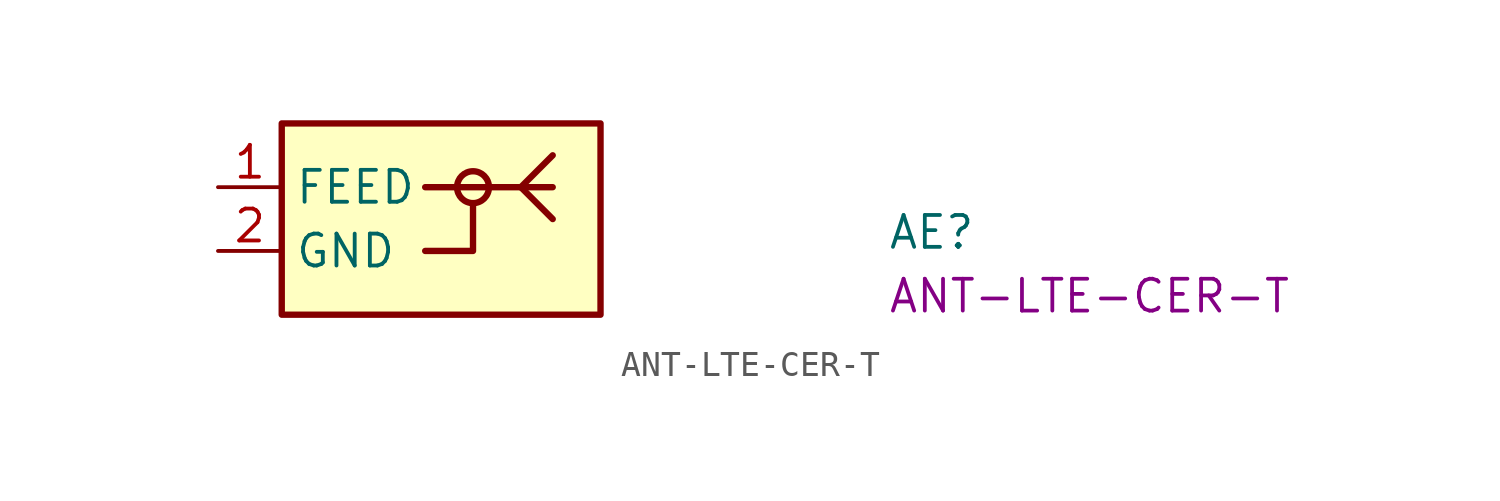
<source format=kicad_sym>
(kicad_symbol_lib
  (version 20220914)
  (generator kicad_symbol_editor)
  (symbol "ANT-LTE-CER-T"
    (property "Reference" "AE"
      (at 26.67 -2.54 0)
      (effects (font (size 1.27 1.27) (thickness 0.15)) (justify left bottom)))
    (property "MPN" "ANT-LTE-CER-T"
      (at 26.67 -5.08 0)
      (effects (font (size 1.27 1.27) (thickness 0.15)) (justify left bottom)))
    (symbol "ANT-LTE-CER-T_0_0"
      (pin passive line (at 0 0 0) (length 2.54) (name "FEED" (effects (font (size 1.27 1.27)))) (number "1" (effects (font (size 1.27 1.27)))))
      (pin passive line (at 0 -2.54 0) (length 2.54) (name "GND" (effects (font (size 1.27 1.27)))) (number "2" (effects (font (size 1.27 1.27)))))
      (pin passive line (at 0 -2.54 0) (length 2.54) hide (name "GND" (effects (font (size 1.27 1.27)))) (number "3" (effects (font (size 1.27 1.27)))))
      (pin no_connect line (at 15.24 0 180) (length 2.54) hide (name "~" (effects (font (size 1.27 1.27)))) (number "MP1" (effects (font (size 1.27 1.27)))))
      (pin no_connect line (at 15.24 -2.54 180) (length 2.54) hide (name "~" (effects (font (size 1.27 1.27)))) (number "MP2" (effects (font (size 1.27 1.27))))))
    (symbol "ANT-LTE-CER-T_0_1"
      (polyline (pts (xy 10.16 -0.635) (xy 10.16 -2.54) (xy 8.255 -2.54)) (stroke (width 0.254) (type default)) (fill (type none)))
      (circle (center 10.16 0) (radius 0.635) (stroke (width 0.254) (type default)) (fill (type none))))
    (symbol "ANT-LTE-CER-T_1_1"
      (polyline (pts (xy 8.255 0) (xy 13.335 0)) (stroke (width 0.254) (type default)) (fill (type background)))
      (polyline (pts (xy 12.065 0) (xy 13.335 -1.27)) (stroke (width 0.254) (type default)) (fill (type background)))
      (polyline (pts (xy 12.065 0) (xy 13.335 1.27)) (stroke (width 0.254) (type default)) (fill (type background)))
      (rectangle (start 2.54 2.54) (end 15.24 -5.08) (stroke (width 0.254) (type default)) (fill (type background))))))
</source>
